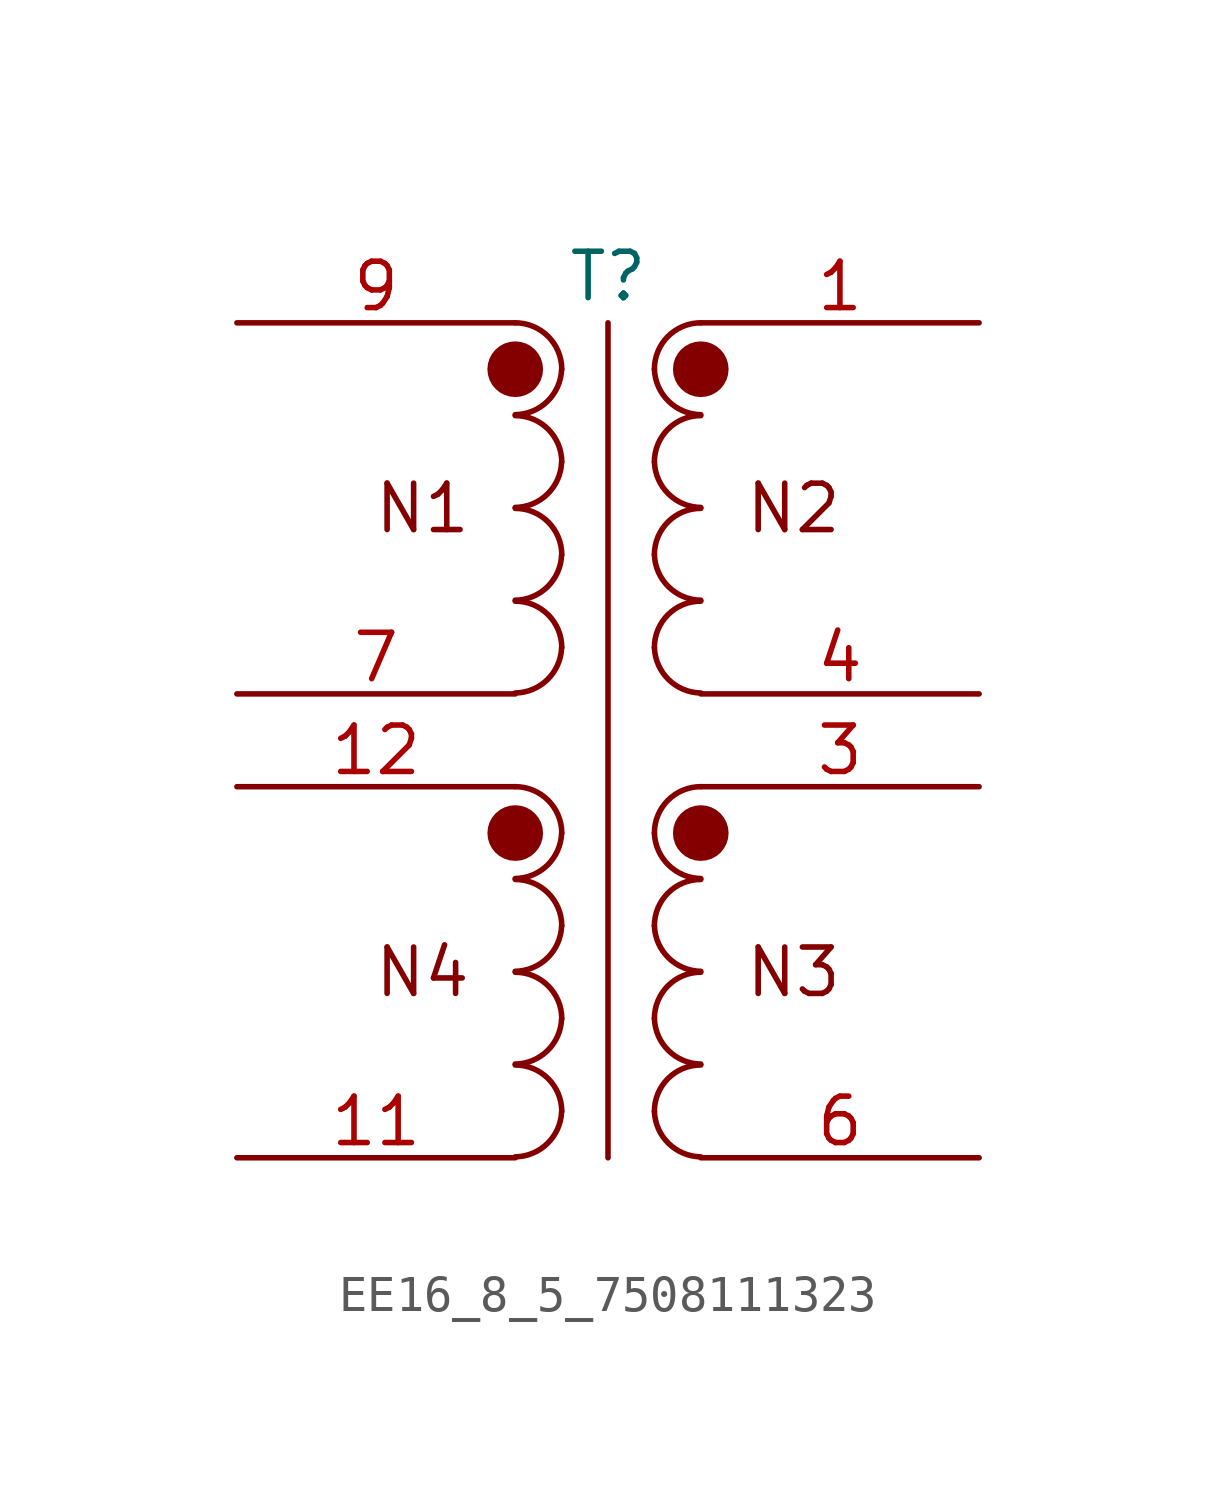
<source format=kicad_sym>
(kicad_symbol_lib
  (version 20220914)
  (generator kicad_symbol_editor)
  (symbol "EE16_8_5_7508111323"
    (pin_names hide)
    (property "Reference" "T"
      (at 0 12.7 0)
      (effects (font (size 1.27 1.27))))
    (property "Critical Parameter" ""
      (at 0 -5.08 0)
      (effects (font (size 1.27 1.27)) (justify left)))
    (symbol "EE16_8_5_7508111323_0_1"
      (arc (start -2.54 -11.4046) (mid -1.6561 -11.0363) (end -1.27 -10.16) (stroke (width 0) (type default)) (fill (type none)))
      (arc (start -2.54 -8.8646) (mid -1.6561 -8.4963) (end -1.27 -7.62) (stroke (width 0) (type default)) (fill (type none)))
      (arc (start -2.54 -6.3246) (mid -1.6561 -5.9563) (end -1.27 -5.08) (stroke (width 0) (type default)) (fill (type none)))
      (arc (start -2.54 -3.7846) (mid -1.6561 -3.4163) (end -1.27 -2.54) (stroke (width 0) (type default)) (fill (type none)))
      (arc (start -2.54 1.2954) (mid -1.6561 1.6637) (end -1.27 2.54) (stroke (width 0) (type default)) (fill (type none)))
      (arc (start -2.54 3.8354) (mid -1.6561 4.2037) (end -1.27 5.08) (stroke (width 0) (type default)) (fill (type none)))
      (arc (start -2.54 6.3754) (mid -1.6561 6.7437) (end -1.27 7.62) (stroke (width 0) (type default)) (fill (type none)))
      (arc (start -2.54 8.9154) (mid -1.6561 9.2837) (end -1.27 10.16) (stroke (width 0) (type default)) (fill (type none)))
      (arc (start -1.27 -10.16) (mid -1.642 -9.262) (end -2.54 -8.89) (stroke (width 0) (type default)) (fill (type none)))
      (arc (start -1.27 -7.62) (mid -1.642 -6.722) (end -2.54 -6.35) (stroke (width 0) (type default)) (fill (type none)))
      (arc (start -1.27 -5.08) (mid -1.642 -4.182) (end -2.54 -3.81) (stroke (width 0) (type default)) (fill (type none)))
      (arc (start -1.27 -2.54) (mid -1.642 -1.642) (end -2.54 -1.27) (stroke (width 0) (type default)) (fill (type none)))
      (arc (start -1.27 2.54) (mid -1.642 3.438) (end -2.54 3.81) (stroke (width 0) (type default)) (fill (type none)))
      (arc (start -1.27 5.08) (mid -1.642 5.978) (end -2.54 6.35) (stroke (width 0) (type default)) (fill (type none)))
      (arc (start -1.27 7.62) (mid -1.642 8.518) (end -2.54 8.89) (stroke (width 0) (type default)) (fill (type none)))
      (arc (start -1.27 10.16) (mid -1.642 11.058) (end -2.54 11.43) (stroke (width 0) (type default)) (fill (type none)))
      (polyline (pts (xy 0 -11.43) (xy 0 11.43)) (stroke (width 0) (type default)) (fill (type none)))
      (arc (start 1.27 -10.16) (mid 1.6561 -11.0363) (end 2.54 -11.4046) (stroke (width 0) (type default)) (fill (type none)))
      (arc (start 1.27 -7.62) (mid 1.6561 -8.4963) (end 2.54 -8.8646) (stroke (width 0) (type default)) (fill (type none)))
      (arc (start 1.27 -5.08) (mid 1.6561 -5.9563) (end 2.54 -6.3246) (stroke (width 0) (type default)) (fill (type none)))
      (arc (start 1.27 -2.54) (mid 1.6561 -3.4163) (end 2.54 -3.7846) (stroke (width 0) (type default)) (fill (type none)))
      (arc (start 1.27 2.54) (mid 1.6561 1.6637) (end 2.54 1.2954) (stroke (width 0) (type default)) (fill (type none)))
      (arc (start 1.27 5.08) (mid 1.6561 4.2037) (end 2.54 3.8354) (stroke (width 0) (type default)) (fill (type none)))
      (arc (start 1.27 7.62) (mid 1.6561 6.7437) (end 2.54 6.3754) (stroke (width 0) (type default)) (fill (type none)))
      (arc (start 1.27 10.16) (mid 1.6561 9.2837) (end 2.54 8.9154) (stroke (width 0) (type default)) (fill (type none)))
      (arc (start 2.54 -8.89) (mid 1.642 -9.262) (end 1.27 -10.16) (stroke (width 0) (type default)) (fill (type none)))
      (arc (start 2.54 -6.35) (mid 1.642 -6.722) (end 1.27 -7.62) (stroke (width 0) (type default)) (fill (type none)))
      (arc (start 2.54 -3.81) (mid 1.642 -4.182) (end 1.27 -5.08) (stroke (width 0) (type default)) (fill (type none)))
      (arc (start 2.54 -1.27) (mid 1.642 -1.642) (end 1.27 -2.54) (stroke (width 0) (type default)) (fill (type none)))
      (arc (start 2.54 3.81) (mid 1.642 3.438) (end 1.27 2.54) (stroke (width 0) (type default)) (fill (type none)))
      (arc (start 2.54 6.35) (mid 1.642 5.978) (end 1.27 5.08) (stroke (width 0) (type default)) (fill (type none)))
      (arc (start 2.54 8.89) (mid 1.642 8.518) (end 1.27 7.62) (stroke (width 0) (type default)) (fill (type none)))
      (arc (start 2.54 11.43) (mid 1.642 11.058) (end 1.27 10.16) (stroke (width 0) (type default)) (fill (type none))))
    (symbol "EE16_8_5_7508111323_1_1"
      (circle (center -2.54 -2.54) (radius 0.0001) (stroke (width 0.762) (type default)) (fill (type none)))
      (circle (center -2.54 10.16) (radius 0.0001) (stroke (width 0.762) (type default)) (fill (type none)))
      (circle (center 2.54 -2.54) (radius 0.0001) (stroke (width 0.762) (type default)) (fill (type none)))
      (circle (center 2.54 10.16) (radius 0.0001) (stroke (width 0.762) (type default)) (fill (type none)))
      (text "N1" (at -5.08 6.35 0) (effects (font (size 1.27 1.27))))
      (text "N2" (at 5.08 6.35 0) (effects (font (size 1.27 1.27))))
      (text "N3" (at 5.08 -6.35 0) (effects (font (size 1.27 1.27))))
      (text "N4" (at -5.08 -6.35 0) (effects (font (size 1.27 1.27))))
      (pin passive line (at 10.16 11.43 180) (length 7.62) (name "1" (effects (font (size 1.27 1.27)))) (number "1" (effects (font (size 1.27 1.27)))))
      (pin passive line (at -10.16 -11.43 0) (length 7.62) (name "11" (effects (font (size 1.27 1.27)))) (number "11" (effects (font (size 1.27 1.27)))))
      (pin passive line (at -10.16 -1.27 0) (length 7.62) (name "12" (effects (font (size 1.27 1.27)))) (number "12" (effects (font (size 1.27 1.27)))))
      (pin passive line (at 10.16 -1.27 180) (length 7.62) (name "3" (effects (font (size 1.27 1.27)))) (number "3" (effects (font (size 1.27 1.27)))))
      (pin passive line (at 10.16 1.27 180) (length 7.62) (name "4" (effects (font (size 1.27 1.27)))) (number "4" (effects (font (size 1.27 1.27)))))
      (pin passive line (at 10.16 -11.43 180) (length 7.62) (name "6" (effects (font (size 1.27 1.27)))) (number "6" (effects (font (size 1.27 1.27)))))
      (pin passive line (at -10.16 1.27 0) (length 7.62) (name "7" (effects (font (size 1.27 1.27)))) (number "7" (effects (font (size 1.27 1.27)))))
      (pin passive line (at -10.16 11.43 0) (length 7.62) (name "9" (effects (font (size 1.27 1.27)))) (number "9" (effects (font (size 1.27 1.27))))))))
</source>
